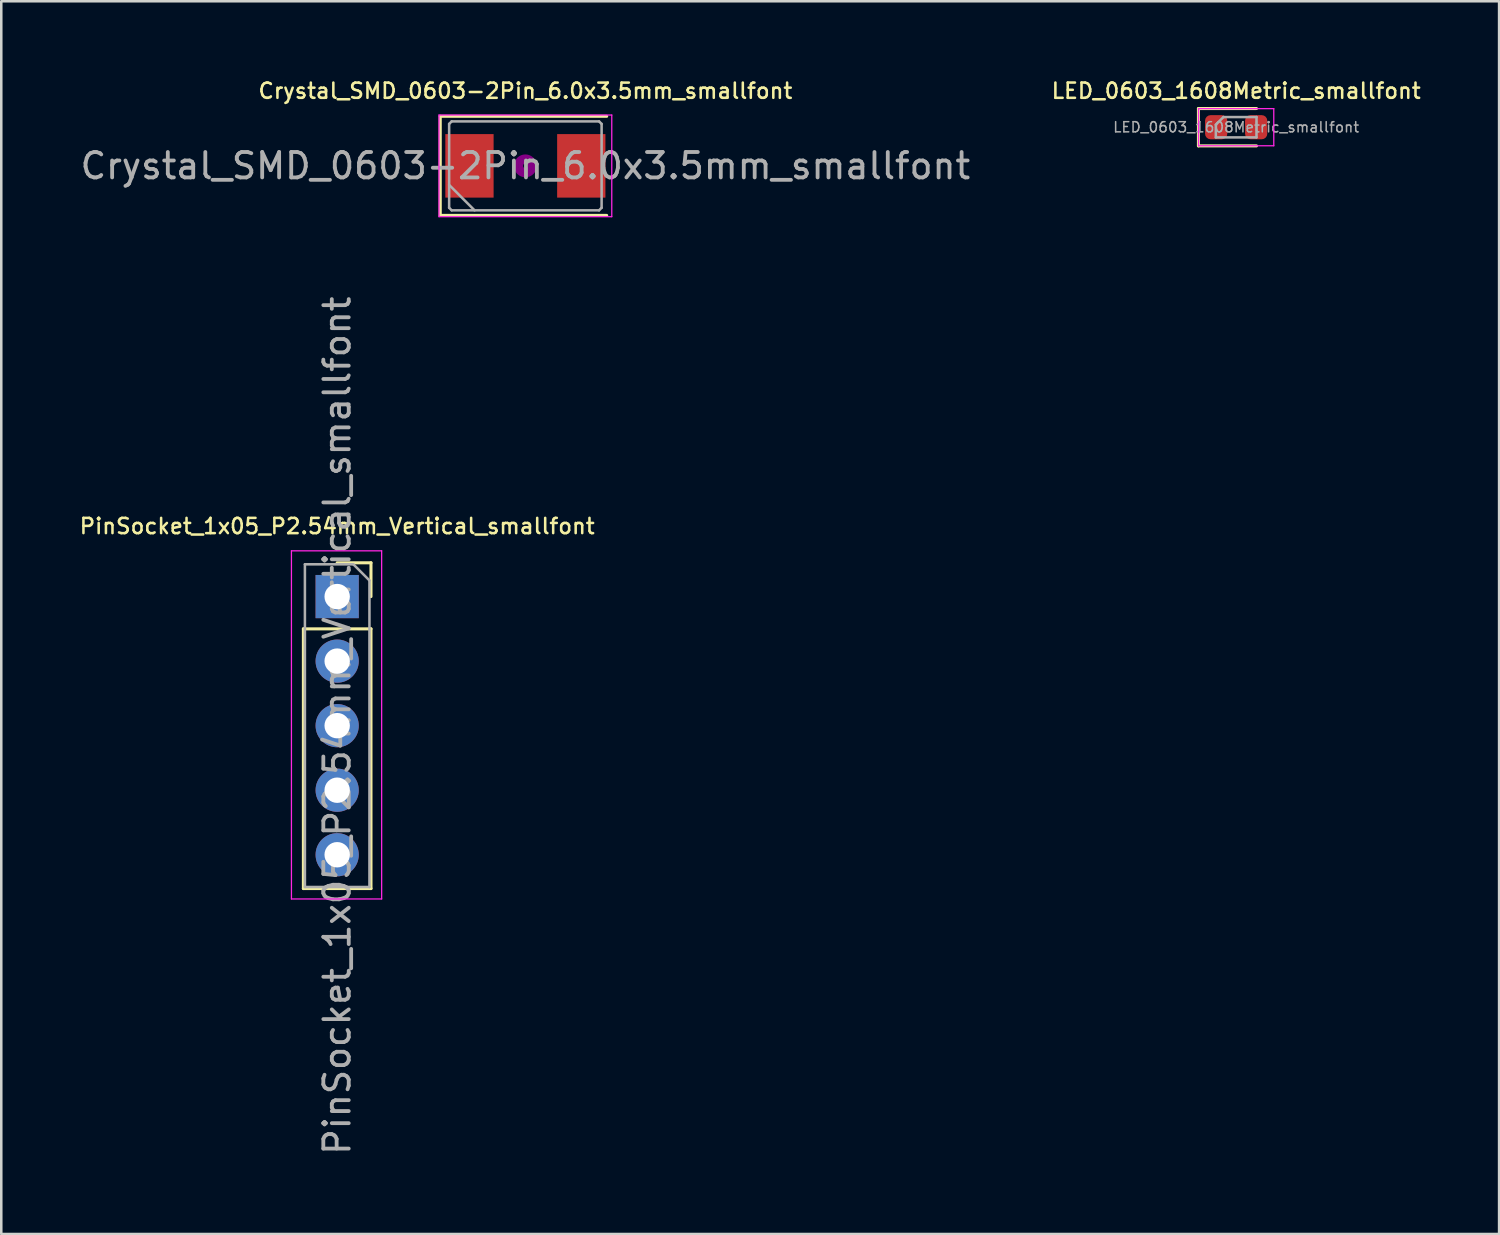
<source format=kicad_pcb>
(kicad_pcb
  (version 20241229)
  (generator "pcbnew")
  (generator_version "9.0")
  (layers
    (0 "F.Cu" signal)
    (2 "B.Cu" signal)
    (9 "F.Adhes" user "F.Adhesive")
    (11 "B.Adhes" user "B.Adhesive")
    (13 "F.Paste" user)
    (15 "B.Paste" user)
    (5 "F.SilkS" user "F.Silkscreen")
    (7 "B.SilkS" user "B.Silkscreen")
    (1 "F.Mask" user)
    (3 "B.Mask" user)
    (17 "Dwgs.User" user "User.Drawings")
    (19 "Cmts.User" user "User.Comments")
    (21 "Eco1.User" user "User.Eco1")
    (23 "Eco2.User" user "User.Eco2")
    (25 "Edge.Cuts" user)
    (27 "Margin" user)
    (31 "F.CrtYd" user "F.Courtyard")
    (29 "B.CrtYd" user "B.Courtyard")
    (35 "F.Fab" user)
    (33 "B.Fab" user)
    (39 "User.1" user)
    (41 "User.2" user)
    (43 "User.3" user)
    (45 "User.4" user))
  (footprint "PinSocket_1x05_P2.54mm_Vertical_smallfont"
    (layer "F.Cu")
    (at 10.219 20.427)
    (property "Reference" "PinSocket_1x05_P2.54mm_Vertical_smallfont" (at 0 -2.77 0) (layer "F.SilkS") (effects (font (size 0.6 0.6) (thickness 0.1))))
    (attr through_hole)
    (fp_line (start -1.33 1.27) (end -1.33 11.49) (stroke (width 0.12) (type solid)) (layer "F.SilkS"))
    (fp_line (start -1.33 1.27) (end 1.33 1.27) (stroke (width 0.12) (type solid)) (layer "F.SilkS"))
    (fp_line (start -1.33 11.49) (end 1.33 11.49) (stroke (width 0.12) (type solid)) (layer "F.SilkS"))
    (fp_line (start 0 -1.33) (end 1.33 -1.33) (stroke (width 0.12) (type solid)) (layer "F.SilkS"))
    (fp_line (start 1.33 -1.33) (end 1.33 0) (stroke (width 0.12) (type solid)) (layer "F.SilkS"))
    (fp_line (start 1.33 1.27) (end 1.33 11.49) (stroke (width 0.12) (type solid)) (layer "F.SilkS"))
    (fp_line (start -1.8 -1.8) (end 1.75 -1.8) (stroke (width 0.05) (type solid)) (layer "F.CrtYd"))
    (fp_line (start -1.8 11.9) (end -1.8 -1.8) (stroke (width 0.05) (type solid)) (layer "F.CrtYd"))
    (fp_line (start 1.75 -1.8) (end 1.75 11.9) (stroke (width 0.05) (type solid)) (layer "F.CrtYd"))
    (fp_line (start 1.75 11.9) (end -1.8 11.9) (stroke (width 0.05) (type solid)) (layer "F.CrtYd"))
    (fp_line (start -1.27 -1.27) (end 0.635 -1.27) (stroke (width 0.1) (type solid)) (layer "F.Fab"))
    (fp_line (start -1.27 11.43) (end -1.27 -1.27) (stroke (width 0.1) (type solid)) (layer "F.Fab"))
    (fp_line (start 0.635 -1.27) (end 1.27 -0.635) (stroke (width 0.1) (type solid)) (layer "F.Fab"))
    (fp_line (start 1.27 -0.635) (end 1.27 11.43) (stroke (width 0.1) (type solid)) (layer "F.Fab"))
    (fp_line (start 1.27 11.43) (end -1.27 11.43) (stroke (width 0.1) (type solid)) (layer "F.Fab"))
    (fp_text user "${REFERENCE}" (at 0 5.08 90) (layer "F.Fab") (effects (font (size 1 1) (thickness 0.15))))
    (pad "1" thru_hole rect (at 0 0) (size 1.7 1.7) (drill 1) (layers "*.Cu" "*.Mask"))
    (pad "2" thru_hole oval (at 0 2.54) (size 1.7 1.7) (drill 1) (layers "*.Cu" "*.Mask"))
    (pad "3" thru_hole oval (at 0 5.08) (size 1.7 1.7) (drill 1) (layers "*.Cu" "*.Mask"))
    (pad "4" thru_hole oval (at 0 7.62) (size 1.7 1.7) (drill 1) (layers "*.Cu" "*.Mask"))
    (pad "5" thru_hole oval (at 0 10.16) (size 1.7 1.7) (drill 1) (layers "*.Cu" "*.Mask")))
  (footprint "LED_0603_1608Metric_smallfont"
    (layer "F.Cu")
    (at 45.597 1.956)
    (property "Reference" "LED_0603_1608Metric_smallfont" (at 0 -1.43 0) (layer "F.SilkS") (effects (font (size 0.6 0.6) (thickness 0.1))))
    (attr smd)
    (fp_line (start -1.485 -0.735) (end -1.485 0.735) (stroke (width 0.12) (type solid)) (layer "F.SilkS"))
    (fp_line (start -1.485 0.735) (end 0.8 0.735) (stroke (width 0.12) (type solid)) (layer "F.SilkS"))
    (fp_line (start 0.8 -0.735) (end -1.485 -0.735) (stroke (width 0.12) (type solid)) (layer "F.SilkS"))
    (fp_line (start -1.48 -0.73) (end 1.48 -0.73) (stroke (width 0.05) (type solid)) (layer "F.CrtYd"))
    (fp_line (start -1.48 0.73) (end -1.48 -0.73) (stroke (width 0.05) (type solid)) (layer "F.CrtYd"))
    (fp_line (start 1.48 -0.73) (end 1.48 0.73) (stroke (width 0.05) (type solid)) (layer "F.CrtYd"))
    (fp_line (start 1.48 0.73) (end -1.48 0.73) (stroke (width 0.05) (type solid)) (layer "F.CrtYd"))
    (fp_line (start -0.8 -0.1) (end -0.8 0.4) (stroke (width 0.1) (type solid)) (layer "F.Fab"))
    (fp_line (start -0.8 0.4) (end 0.8 0.4) (stroke (width 0.1) (type solid)) (layer "F.Fab"))
    (fp_line (start -0.5 -0.4) (end -0.8 -0.1) (stroke (width 0.1) (type solid)) (layer "F.Fab"))
    (fp_line (start 0.8 -0.4) (end -0.5 -0.4) (stroke (width 0.1) (type solid)) (layer "F.Fab"))
    (fp_line (start 0.8 0.4) (end 0.8 -0.4) (stroke (width 0.1) (type solid)) (layer "F.Fab"))
    (fp_text user "${REFERENCE}" (at 0 0 0) (layer "F.Fab") (effects (font (size 0.4 0.4) (thickness 0.06))))
    (pad "1" smd roundrect (at -0.787 0) (size 0.875 0.95) (layers "F.Cu" "F.Mask" "F.Paste") (roundrect_rratio 0.25))
    (pad "2" smd roundrect (at 0.787 0) (size 0.875 0.95) (layers "F.Cu" "F.Mask" "F.Paste") (roundrect_rratio 0.25)))
  (footprint "Crystal_SMD_0603-2Pin_6.0x3.5mm_smallfont"
    (layer "F.Cu")
    (at 17.625 3.477)
    (property "Reference" "Crystal_SMD_0603-2Pin_6.0x3.5mm_smallfont" (at 0 -2.95 0) (layer "F.SilkS") (effects (font (size 0.6 0.6) (thickness 0.1))))
    (attr smd)
    (fp_line (start -3.35 -1.95) (end -3.35 1.95) (stroke (width 0.12) (type solid)) (layer "F.SilkS"))
    (fp_line (start -3.35 1.95) (end 3.2 1.95) (stroke (width 0.12) (type solid)) (layer "F.SilkS"))
    (fp_line (start 3.2 -1.95) (end -3.35 -1.95) (stroke (width 0.12) (type solid)) (layer "F.SilkS"))
    (fp_circle (center 0 0) (end 0.093 0) (stroke (width 0.187) (type solid)) (fill no) (layer "F.Adhes"))
    (fp_circle (center 0 0) (end 0.213 0) (stroke (width 0.133) (type solid)) (fill no) (layer "F.Adhes"))
    (fp_circle (center 0 0) (end 0.333 0) (stroke (width 0.133) (type solid)) (fill no) (layer "F.Adhes"))
    (fp_circle (center 0 0) (end 0.4 0) (stroke (width 0.1) (type solid)) (fill no) (layer "F.Adhes"))
    (fp_line (start -3.4 -2) (end -3.4 2) (stroke (width 0.05) (type solid)) (layer "F.CrtYd"))
    (fp_line (start -3.4 2) (end 3.4 2) (stroke (width 0.05) (type solid)) (layer "F.CrtYd"))
    (fp_line (start 3.4 -2) (end -3.4 -2) (stroke (width 0.05) (type solid)) (layer "F.CrtYd"))
    (fp_line (start 3.4 2) (end 3.4 -2) (stroke (width 0.05) (type solid)) (layer "F.CrtYd"))
    (fp_line (start -3 -1.65) (end -2.9 -1.75) (stroke (width 0.1) (type solid)) (layer "F.Fab"))
    (fp_line (start -3 0.75) (end -2 1.75) (stroke (width 0.1) (type solid)) (layer "F.Fab"))
    (fp_line (start -3 1.65) (end -3 -1.65) (stroke (width 0.1) (type solid)) (layer "F.Fab"))
    (fp_line (start -2.9 -1.75) (end 2.9 -1.75) (stroke (width 0.1) (type solid)) (layer "F.Fab"))
    (fp_line (start -2.9 1.75) (end -3 1.65) (stroke (width 0.1) (type solid)) (layer "F.Fab"))
    (fp_line (start 2.9 -1.75) (end 3 -1.65) (stroke (width 0.1) (type solid)) (layer "F.Fab"))
    (fp_line (start 2.9 1.75) (end -2.9 1.75) (stroke (width 0.1) (type solid)) (layer "F.Fab"))
    (fp_line (start 3 -1.65) (end 3 1.65) (stroke (width 0.1) (type solid)) (layer "F.Fab"))
    (fp_line (start 3 1.65) (end 2.9 1.75) (stroke (width 0.1) (type solid)) (layer "F.Fab"))
    (fp_text user "${REFERENCE}" (at 0 0 0) (layer "F.Fab") (effects (font (size 1 1) (thickness 0.15))))
    (pad "1" smd rect (at -2.2 0) (size 1.9 2.5) (layers "F.Cu" "F.Mask" "F.Paste"))
    (pad "2" smd rect (at 2.2 0) (size 1.9 2.5) (layers "F.Cu" "F.Mask" "F.Paste")))
  (gr_rect
    (start -3 -3)
    (end 55.944 45.513)
    (stroke (width 0.1) (type default))
    (fill no)
    (layer "Edge.Cuts")))
</source>
